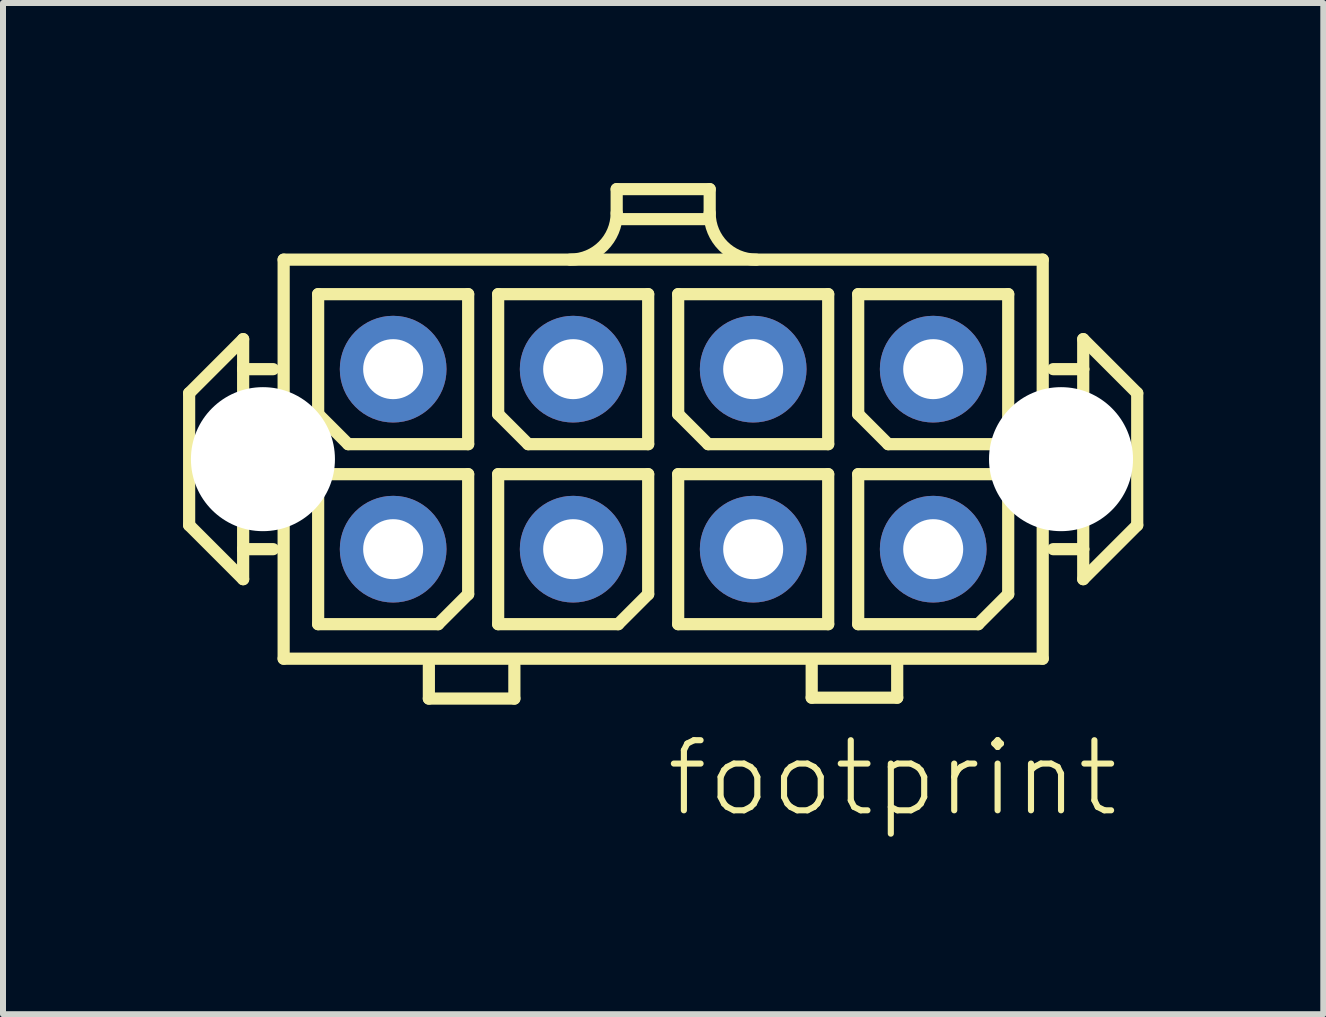
<source format=kicad_pcb>
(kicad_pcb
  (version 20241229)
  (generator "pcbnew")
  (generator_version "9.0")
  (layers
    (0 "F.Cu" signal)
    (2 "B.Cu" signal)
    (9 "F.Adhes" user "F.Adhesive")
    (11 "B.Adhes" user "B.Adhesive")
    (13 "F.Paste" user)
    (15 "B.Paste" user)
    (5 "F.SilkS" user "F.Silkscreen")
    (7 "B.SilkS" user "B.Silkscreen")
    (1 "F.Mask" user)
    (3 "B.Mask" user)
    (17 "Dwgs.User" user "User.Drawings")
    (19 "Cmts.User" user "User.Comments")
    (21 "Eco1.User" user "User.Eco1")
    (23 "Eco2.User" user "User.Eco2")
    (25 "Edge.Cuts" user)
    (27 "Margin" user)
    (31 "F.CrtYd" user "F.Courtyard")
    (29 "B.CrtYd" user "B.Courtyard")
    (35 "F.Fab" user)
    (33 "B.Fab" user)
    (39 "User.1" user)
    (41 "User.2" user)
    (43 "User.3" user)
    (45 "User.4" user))
  (footprint "footprint"
    (layer "F.Cu")
    (at 8.002 4.602)
    (property "Reference" "footprint" (at 0 6 0) (layer "F.SilkS") (effects (font (size 1.168 1.168) (thickness 0.102)) (justify left bottom)))
    (fp_line (start -7.9 -1.1) (end -7 -2) (stroke (width 0.203) (type solid)) (layer "F.SilkS"))
    (fp_line (start -7.9 1.1) (end -7.9 -1.1) (stroke (width 0.203) (type solid)) (layer "F.SilkS"))
    (fp_line (start -7 -2) (end -7 -1.5) (stroke (width 0.203) (type solid)) (layer "F.SilkS"))
    (fp_line (start -7 -1.5) (end -7 1.5) (stroke (width 0.203) (type solid)) (layer "F.SilkS"))
    (fp_line (start -7 -1.5) (end -6.5 -1.5) (stroke (width 0.203) (type solid)) (layer "F.SilkS"))
    (fp_line (start -7 1.5) (end -7 2) (stroke (width 0.203) (type solid)) (layer "F.SilkS"))
    (fp_line (start -7 1.5) (end -6.5 1.5) (stroke (width 0.203) (type solid)) (layer "F.SilkS"))
    (fp_line (start -7 2) (end -7.9 1.1) (stroke (width 0.203) (type solid)) (layer "F.SilkS"))
    (fp_line (start -6.325 -3.325) (end 6.325 -3.325) (stroke (width 0.203) (type solid)) (layer "F.SilkS"))
    (fp_line (start -6.325 3.325) (end -6.325 -3.325) (stroke (width 0.203) (type solid)) (layer "F.SilkS"))
    (fp_line (start -5.75 -2.75) (end -5.75 -0.75) (stroke (width 0.203) (type solid)) (layer "F.SilkS"))
    (fp_line (start -5.75 0.25) (end -5.75 2.75) (stroke (width 0.203) (type solid)) (layer "F.SilkS"))
    (fp_line (start -5.75 0.25) (end -3.25 0.25) (stroke (width 0.203) (type solid)) (layer "F.SilkS"))
    (fp_line (start -5.75 2.75) (end -3.75 2.75) (stroke (width 0.203) (type solid)) (layer "F.SilkS"))
    (fp_line (start -5.25 -0.25) (end -5.75 -0.75) (stroke (width 0.203) (type solid)) (layer "F.SilkS"))
    (fp_line (start -5.25 -0.25) (end -3.25 -0.25) (stroke (width 0.203) (type solid)) (layer "F.SilkS"))
    (fp_line (start -3.905 3.99) (end -3.905 3.44) (stroke (width 0.203) (type solid)) (layer "F.SilkS"))
    (fp_line (start -3.75 2.75) (end -3.25 2.25) (stroke (width 0.203) (type solid)) (layer "F.SilkS"))
    (fp_line (start -3.25 -2.75) (end -5.75 -2.75) (stroke (width 0.203) (type solid)) (layer "F.SilkS"))
    (fp_line (start -3.25 -2.75) (end -3.25 -0.25) (stroke (width 0.203) (type solid)) (layer "F.SilkS"))
    (fp_line (start -3.25 0.25) (end -3.25 2.25) (stroke (width 0.203) (type solid)) (layer "F.SilkS"))
    (fp_line (start -2.75 -2.75) (end -2.75 -0.75) (stroke (width 0.203) (type solid)) (layer "F.SilkS"))
    (fp_line (start -2.75 0.25) (end -2.75 2.75) (stroke (width 0.203) (type solid)) (layer "F.SilkS"))
    (fp_line (start -2.75 0.25) (end -0.25 0.25) (stroke (width 0.203) (type solid)) (layer "F.SilkS"))
    (fp_line (start -2.75 2.75) (end -0.75 2.75) (stroke (width 0.203) (type solid)) (layer "F.SilkS"))
    (fp_line (start -2.48 3.99) (end -3.905 3.99) (stroke (width 0.203) (type solid)) (layer "F.SilkS"))
    (fp_line (start -2.48 3.99) (end -2.48 3.44) (stroke (width 0.203) (type solid)) (layer "F.SilkS"))
    (fp_line (start -2.25 -0.25) (end -2.75 -0.75) (stroke (width 0.203) (type solid)) (layer "F.SilkS"))
    (fp_line (start -2.25 -0.25) (end -0.25 -0.25) (stroke (width 0.203) (type solid)) (layer "F.SilkS"))
    (fp_line (start -0.775 -4.5) (end 0.775 -4.5) (stroke (width 0.203) (type solid)) (layer "F.SilkS"))
    (fp_line (start -0.775 -4.1) (end -0.775 -4.5) (stroke (width 0.203) (type solid)) (layer "F.SilkS"))
    (fp_line (start -0.75 2.75) (end -0.25 2.25) (stroke (width 0.203) (type solid)) (layer "F.SilkS"))
    (fp_line (start -0.25 -2.75) (end -2.75 -2.75) (stroke (width 0.203) (type solid)) (layer "F.SilkS"))
    (fp_line (start -0.25 -2.75) (end -0.25 -0.25) (stroke (width 0.203) (type solid)) (layer "F.SilkS"))
    (fp_line (start -0.25 0.25) (end -0.25 2.25) (stroke (width 0.203) (type solid)) (layer "F.SilkS"))
    (fp_line (start 0.25 -2.75) (end 0.25 -0.75) (stroke (width 0.203) (type solid)) (layer "F.SilkS"))
    (fp_line (start 0.25 0.25) (end 0.25 2.75) (stroke (width 0.203) (type solid)) (layer "F.SilkS"))
    (fp_line (start 0.25 0.25) (end 2.75 0.25) (stroke (width 0.203) (type solid)) (layer "F.SilkS"))
    (fp_line (start 0.25 2.75) (end 2.75 2.75) (stroke (width 0.203) (type solid)) (layer "F.SilkS"))
    (fp_line (start 0.75 -4) (end -0.75 -4) (stroke (width 0.203) (type solid)) (layer "F.SilkS"))
    (fp_line (start 0.75 -0.25) (end 0.25 -0.75) (stroke (width 0.203) (type solid)) (layer "F.SilkS"))
    (fp_line (start 0.75 -0.25) (end 2.75 -0.25) (stroke (width 0.203) (type solid)) (layer "F.SilkS"))
    (fp_line (start 0.775 -4.1) (end 0.775 -4.5) (stroke (width 0.203) (type solid)) (layer "F.SilkS"))
    (fp_line (start 2.475 3.975) (end 2.475 3.425) (stroke (width 0.203) (type solid)) (layer "F.SilkS"))
    (fp_line (start 2.75 -2.75) (end 0.25 -2.75) (stroke (width 0.203) (type solid)) (layer "F.SilkS"))
    (fp_line (start 2.75 -2.75) (end 2.75 -0.25) (stroke (width 0.203) (type solid)) (layer "F.SilkS"))
    (fp_line (start 2.75 0.25) (end 2.75 2.75) (stroke (width 0.203) (type solid)) (layer "F.SilkS"))
    (fp_line (start 3.25 -2.75) (end 3.25 -0.75) (stroke (width 0.203) (type solid)) (layer "F.SilkS"))
    (fp_line (start 3.25 0.25) (end 3.25 2.75) (stroke (width 0.203) (type solid)) (layer "F.SilkS"))
    (fp_line (start 3.25 0.25) (end 5.75 0.25) (stroke (width 0.203) (type solid)) (layer "F.SilkS"))
    (fp_line (start 3.25 2.75) (end 5.25 2.75) (stroke (width 0.203) (type solid)) (layer "F.SilkS"))
    (fp_line (start 3.75 -0.25) (end 3.25 -0.75) (stroke (width 0.203) (type solid)) (layer "F.SilkS"))
    (fp_line (start 3.75 -0.25) (end 5.75 -0.25) (stroke (width 0.203) (type solid)) (layer "F.SilkS"))
    (fp_line (start 3.9 3.975) (end 2.475 3.975) (stroke (width 0.203) (type solid)) (layer "F.SilkS"))
    (fp_line (start 3.9 3.975) (end 3.9 3.425) (stroke (width 0.203) (type solid)) (layer "F.SilkS"))
    (fp_line (start 5.25 2.75) (end 5.75 2.25) (stroke (width 0.203) (type solid)) (layer "F.SilkS"))
    (fp_line (start 5.75 -2.75) (end 3.25 -2.75) (stroke (width 0.203) (type solid)) (layer "F.SilkS"))
    (fp_line (start 5.75 -0.25) (end 5.75 -2.75) (stroke (width 0.203) (type solid)) (layer "F.SilkS"))
    (fp_line (start 5.75 2.25) (end 5.75 0.25) (stroke (width 0.203) (type solid)) (layer "F.SilkS"))
    (fp_line (start 6.325 -3.325) (end 6.325 3.325) (stroke (width 0.203) (type solid)) (layer "F.SilkS"))
    (fp_line (start 6.325 3.325) (end -6.325 3.325) (stroke (width 0.203) (type solid)) (layer "F.SilkS"))
    (fp_line (start 7 -2) (end 7 -1.5) (stroke (width 0.203) (type solid)) (layer "F.SilkS"))
    (fp_line (start 7 -2) (end 7.9 -1.1) (stroke (width 0.203) (type solid)) (layer "F.SilkS"))
    (fp_line (start 7 -1.5) (end 6.5 -1.5) (stroke (width 0.203) (type solid)) (layer "F.SilkS"))
    (fp_line (start 7 -1.5) (end 7 1.5) (stroke (width 0.203) (type solid)) (layer "F.SilkS"))
    (fp_line (start 7 1.5) (end 6.5 1.5) (stroke (width 0.203) (type solid)) (layer "F.SilkS"))
    (fp_line (start 7 1.5) (end 7 2) (stroke (width 0.203) (type solid)) (layer "F.SilkS"))
    (fp_line (start 7.9 -1.1) (end 7.9 1.1) (stroke (width 0.203) (type solid)) (layer "F.SilkS"))
    (fp_line (start 7.9 1.1) (end 7 2) (stroke (width 0.203) (type solid)) (layer "F.SilkS"))
    (fp_arc (start -0.775 -4.1) (mid -1.001992 -3.551992) (end -1.55 -3.325) (stroke (width 0.2032) (type solid)) (layer "F.SilkS"))
    (fp_arc (start 1.55 -3.325) (mid 1.001992 -3.551992) (end 0.775 -4.1) (stroke (width 0.2032) (type solid)) (layer "F.SilkS"))
    (pad "" np_thru_hole circle (at -6.67 0) (size 2.4 2.4) (drill 2.4) (layers "*.Cu" "*.Mask"))
    (pad "" np_thru_hole circle (at 6.63 0) (size 2.4 2.4) (drill 2.4) (layers "*.Cu" "*.Mask"))
    (pad "1" thru_hole circle (at 4.5 1.5) (size 1.778 1.778) (drill 1) (layers "*.Cu" "*.Mask"))
    (pad "2" thru_hole circle (at 4.5 -1.5) (size 1.778 1.778) (drill 1) (layers "*.Cu" "*.Mask"))
    (pad "3" thru_hole circle (at 1.5 1.5) (size 1.778 1.778) (drill 1) (layers "*.Cu" "*.Mask"))
    (pad "4" thru_hole circle (at 1.5 -1.5) (size 1.778 1.778) (drill 1) (layers "*.Cu" "*.Mask"))
    (pad "5" thru_hole circle (at -1.5 1.5) (size 1.778 1.778) (drill 1) (layers "*.Cu" "*.Mask"))
    (pad "6" thru_hole circle (at -1.5 -1.5) (size 1.778 1.778) (drill 1) (layers "*.Cu" "*.Mask"))
    (pad "7" thru_hole circle (at -4.5 1.5) (size 1.778 1.778) (drill 1) (layers "*.Cu" "*.Mask"))
    (pad "8" thru_hole circle (at -4.5 -1.5) (size 1.778 1.778) (drill 1) (layers "*.Cu" "*.Mask")))
  (gr_rect
    (start -3 -3)
    (end 19.003 13.852)
    (stroke (width 0.1) (type default))
    (fill no)
    (layer "Edge.Cuts")))
</source>
